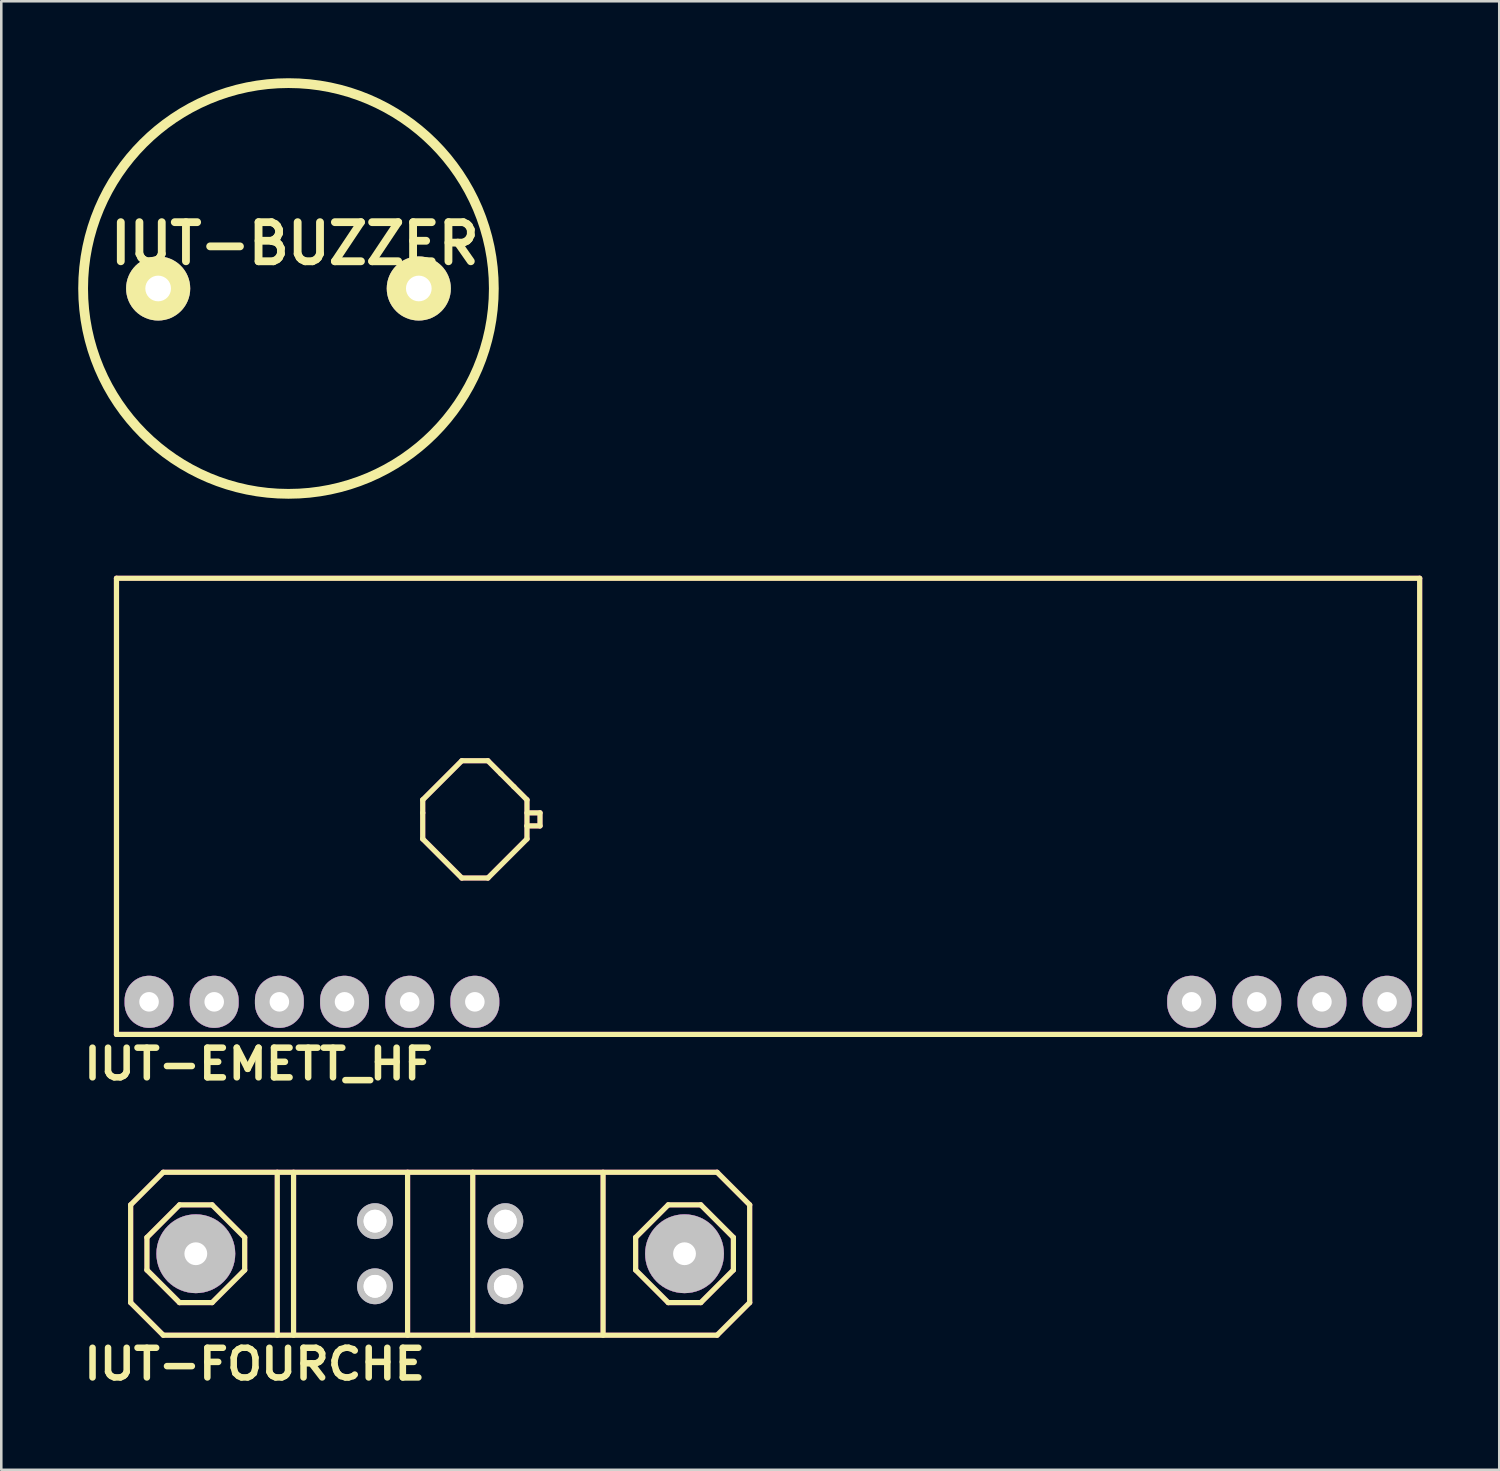
<source format=kicad_pcb>
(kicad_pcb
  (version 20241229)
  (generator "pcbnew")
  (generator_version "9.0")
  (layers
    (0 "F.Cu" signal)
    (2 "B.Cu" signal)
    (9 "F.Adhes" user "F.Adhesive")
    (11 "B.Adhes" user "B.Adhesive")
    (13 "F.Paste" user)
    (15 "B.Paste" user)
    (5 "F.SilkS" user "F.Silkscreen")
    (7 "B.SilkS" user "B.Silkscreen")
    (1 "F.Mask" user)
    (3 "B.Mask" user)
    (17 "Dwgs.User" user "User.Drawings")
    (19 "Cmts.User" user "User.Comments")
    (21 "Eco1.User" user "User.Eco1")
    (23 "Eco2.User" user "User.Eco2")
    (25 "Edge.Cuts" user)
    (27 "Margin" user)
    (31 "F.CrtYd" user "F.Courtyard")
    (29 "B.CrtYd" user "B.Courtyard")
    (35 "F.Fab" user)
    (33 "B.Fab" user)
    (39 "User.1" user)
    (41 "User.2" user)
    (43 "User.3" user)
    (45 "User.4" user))
  (footprint "IUT-EMETT_HF"
    (layer "F.Cu")
    (at 2.76 36.002)
    (property "Reference" "IUT-EMETT_HF" (at 4.267 2.421 0) (layer "F.SilkS") (effects (font (size 1.156 1.27) (thickness 0.254))))
    (attr through_hole)
    (fp_line (start -1.27 -16.51) (end 49.53 -16.51) (stroke (width 0.203) (type solid)) (layer "F.SilkS"))
    (fp_line (start -1.27 1.27) (end -1.27 -16.51) (stroke (width 0.203) (type solid)) (layer "F.SilkS"))
    (fp_line (start 10.668 -7.874) (end 12.192 -9.398) (stroke (width 0.203) (type solid)) (layer "F.SilkS"))
    (fp_line (start 10.668 -7.366) (end 10.668 -7.874) (stroke (width 0.203) (type solid)) (layer "F.SilkS"))
    (fp_line (start 10.668 -6.35) (end 10.668 -7.366) (stroke (width 0.203) (type solid)) (layer "F.SilkS"))
    (fp_line (start 12.192 -9.398) (end 13.208 -9.398) (stroke (width 0.203) (type solid)) (layer "F.SilkS"))
    (fp_line (start 12.192 -4.826) (end 10.668 -6.35) (stroke (width 0.203) (type solid)) (layer "F.SilkS"))
    (fp_line (start 13.208 -9.398) (end 13.716 -8.89) (stroke (width 0.203) (type solid)) (layer "F.SilkS"))
    (fp_line (start 13.208 -4.826) (end 12.192 -4.826) (stroke (width 0.203) (type solid)) (layer "F.SilkS"))
    (fp_line (start 13.716 -8.89) (end 14.224 -8.382) (stroke (width 0.203) (type solid)) (layer "F.SilkS"))
    (fp_line (start 14.224 -8.382) (end 14.732 -7.874) (stroke (width 0.203) (type solid)) (layer "F.SilkS"))
    (fp_line (start 14.732 -7.874) (end 14.732 -6.858) (stroke (width 0.203) (type solid)) (layer "F.SilkS"))
    (fp_line (start 14.732 -7.366) (end 15.24 -7.366) (stroke (width 0.203) (type solid)) (layer "F.SilkS"))
    (fp_line (start 14.732 -6.858) (end 14.732 -6.35) (stroke (width 0.203) (type solid)) (layer "F.SilkS"))
    (fp_line (start 14.732 -6.35) (end 13.208 -4.826) (stroke (width 0.203) (type solid)) (layer "F.SilkS"))
    (fp_line (start 15.24 -7.366) (end 15.24 -6.858) (stroke (width 0.203) (type solid)) (layer "F.SilkS"))
    (fp_line (start 15.24 -6.858) (end 14.732 -6.858) (stroke (width 0.203) (type solid)) (layer "F.SilkS"))
    (fp_line (start 49.53 -16.51) (end 49.53 1.27) (stroke (width 0.203) (type solid)) (layer "F.SilkS"))
    (fp_line (start 49.53 1.27) (end -1.27 1.27) (stroke (width 0.203) (type solid)) (layer "F.SilkS"))
    (fp_line (start -1.27 -16.51) (end 49.53 -16.51) (stroke (width 0.203) (type solid)) (layer "F.Adhes"))
    (fp_line (start -1.27 1.27) (end -1.27 -16.51) (stroke (width 0.203) (type solid)) (layer "F.Adhes"))
    (fp_line (start 10.668 -7.874) (end 12.192 -9.398) (stroke (width 0.203) (type solid)) (layer "F.Adhes"))
    (fp_line (start 10.668 -7.366) (end 10.668 -7.874) (stroke (width 0.203) (type solid)) (layer "F.Adhes"))
    (fp_line (start 10.668 -6.35) (end 10.668 -7.366) (stroke (width 0.203) (type solid)) (layer "F.Adhes"))
    (fp_line (start 12.192 -9.398) (end 13.208 -9.398) (stroke (width 0.203) (type solid)) (layer "F.Adhes"))
    (fp_line (start 12.192 -4.826) (end 10.668 -6.35) (stroke (width 0.203) (type solid)) (layer "F.Adhes"))
    (fp_line (start 13.208 -9.398) (end 13.716 -8.89) (stroke (width 0.203) (type solid)) (layer "F.Adhes"))
    (fp_line (start 13.208 -4.826) (end 12.192 -4.826) (stroke (width 0.203) (type solid)) (layer "F.Adhes"))
    (fp_line (start 13.716 -8.89) (end 14.224 -8.382) (stroke (width 0.203) (type solid)) (layer "F.Adhes"))
    (fp_line (start 14.224 -8.382) (end 14.732 -7.874) (stroke (width 0.203) (type solid)) (layer "F.Adhes"))
    (fp_line (start 14.732 -7.874) (end 14.732 -6.858) (stroke (width 0.203) (type solid)) (layer "F.Adhes"))
    (fp_line (start 14.732 -7.366) (end 15.24 -7.366) (stroke (width 0.203) (type solid)) (layer "F.Adhes"))
    (fp_line (start 14.732 -6.858) (end 14.732 -6.35) (stroke (width 0.203) (type solid)) (layer "F.Adhes"))
    (fp_line (start 14.732 -6.35) (end 13.208 -4.826) (stroke (width 0.203) (type solid)) (layer "F.Adhes"))
    (fp_line (start 15.24 -7.366) (end 15.24 -6.858) (stroke (width 0.203) (type solid)) (layer "F.Adhes"))
    (fp_line (start 15.24 -6.858) (end 14.732 -6.858) (stroke (width 0.203) (type solid)) (layer "F.Adhes"))
    (fp_line (start 49.53 -16.51) (end 49.53 1.27) (stroke (width 0.203) (type solid)) (layer "F.Adhes"))
    (fp_line (start 49.53 1.27) (end -1.27 1.27) (stroke (width 0.203) (type solid)) (layer "F.Adhes"))
    (pad "1" thru_hole oval (at 0 0 90) (size 2.032 1.905) (drill 0.762) (layers "*.Cu" "*.Adhes" "*.Mask" "Dwgs.User" "Eco1.User" "Eco2.User"))
    (pad "2" thru_hole oval (at 2.54 0 90) (size 2.032 1.905) (drill 0.762) (layers "*.Cu" "*.Adhes" "*.Mask" "Dwgs.User" "Eco1.User" "Eco2.User"))
    (pad "3" thru_hole oval (at 5.08 0 90) (size 2.032 1.905) (drill 0.762) (layers "*.Cu" "*.Adhes" "*.Mask" "Dwgs.User" "Eco1.User" "Eco2.User"))
    (pad "4" thru_hole oval (at 7.62 0 90) (size 2.032 1.905) (drill 0.762) (layers "*.Cu" "*.Adhes" "*.Mask" "Dwgs.User" "Eco1.User" "Eco2.User"))
    (pad "5" thru_hole oval (at 10.16 0 90) (size 2.032 1.905) (drill 0.762) (layers "*.Cu" "*.Adhes" "*.Mask" "Dwgs.User" "Eco1.User" "Eco2.User"))
    (pad "6" thru_hole oval (at 12.7 0 90) (size 2.032 1.905) (drill 0.762) (layers "*.Cu" "*.Adhes" "*.Mask" "Dwgs.User" "Eco1.User" "Eco2.User"))
    (pad "17" thru_hole oval (at 40.64 0 90) (size 2.032 1.905) (drill 0.762) (layers "*.Cu" "*.Adhes" "*.Mask" "Dwgs.User" "Eco1.User" "Eco2.User"))
    (pad "18" thru_hole oval (at 43.18 0 90) (size 2.032 1.905) (drill 0.762) (layers "*.Cu" "*.Adhes" "*.Mask" "Dwgs.User" "Eco1.User" "Eco2.User"))
    (pad "19" thru_hole oval (at 45.72 0 90) (size 2.032 1.905) (drill 0.762) (layers "*.Cu" "*.Adhes" "*.Mask" "Dwgs.User" "Eco1.User" "Eco2.User"))
    (pad "20" thru_hole oval (at 48.26 0 90) (size 2.032 1.905) (drill 0.762) (layers "*.Cu" "*.Adhes" "*.Mask" "Dwgs.User" "Eco1.User" "Eco2.User")))
  (footprint "IUT-FOURCHE"
    (layer "F.Cu")
    (at 11.568 47.091)
    (property "Reference" "IUT-FOURCHE" (at -4.691 3.03 0) (layer "F.SilkS") (effects (font (size 1.156 1.27) (thickness 0.254))))
    (attr through_hole)
    (fp_line (start -9.525 -3.175) (end -9.525 0.635) (stroke (width 0.203) (type solid)) (layer "F.SilkS"))
    (fp_line (start -9.525 0.635) (end -8.255 1.905) (stroke (width 0.203) (type solid)) (layer "F.SilkS"))
    (fp_line (start -8.89 -1.905) (end -7.62 -3.175) (stroke (width 0.203) (type solid)) (layer "F.SilkS"))
    (fp_line (start -8.89 -0.635) (end -8.89 -1.905) (stroke (width 0.203) (type solid)) (layer "F.SilkS"))
    (fp_line (start -8.255 -4.445) (end -9.525 -3.175) (stroke (width 0.203) (type solid)) (layer "F.SilkS"))
    (fp_line (start -8.255 1.905) (end 13.335 1.905) (stroke (width 0.203) (type solid)) (layer "F.SilkS"))
    (fp_line (start -7.62 -3.175) (end -6.35 -3.175) (stroke (width 0.203) (type solid)) (layer "F.SilkS"))
    (fp_line (start -7.62 0.635) (end -8.89 -0.635) (stroke (width 0.203) (type solid)) (layer "F.SilkS"))
    (fp_line (start -6.35 -3.175) (end -5.08 -1.905) (stroke (width 0.203) (type solid)) (layer "F.SilkS"))
    (fp_line (start -6.35 0.635) (end -7.62 0.635) (stroke (width 0.203) (type solid)) (layer "F.SilkS"))
    (fp_line (start -5.08 -1.905) (end -5.08 -0.635) (stroke (width 0.203) (type solid)) (layer "F.SilkS"))
    (fp_line (start -5.08 -0.635) (end -6.35 0.635) (stroke (width 0.203) (type solid)) (layer "F.SilkS"))
    (fp_line (start -3.81 -4.445) (end -3.81 1.905) (stroke (width 0.203) (type solid)) (layer "F.SilkS"))
    (fp_line (start -3.175 -4.445) (end -3.175 1.905) (stroke (width 0.203) (type solid)) (layer "F.SilkS"))
    (fp_line (start 1.27 -4.445) (end 1.27 1.905) (stroke (width 0.203) (type solid)) (layer "F.SilkS"))
    (fp_line (start 3.81 -4.445) (end 3.81 1.905) (stroke (width 0.203) (type solid)) (layer "F.SilkS"))
    (fp_line (start 8.89 -4.445) (end 8.89 1.905) (stroke (width 0.203) (type solid)) (layer "F.SilkS"))
    (fp_line (start 10.16 -1.905) (end 11.43 -3.175) (stroke (width 0.203) (type solid)) (layer "F.SilkS"))
    (fp_line (start 10.16 -0.635) (end 10.16 -1.905) (stroke (width 0.203) (type solid)) (layer "F.SilkS"))
    (fp_line (start 11.43 -3.175) (end 12.7 -3.175) (stroke (width 0.203) (type solid)) (layer "F.SilkS"))
    (fp_line (start 11.43 0.635) (end 10.16 -0.635) (stroke (width 0.203) (type solid)) (layer "F.SilkS"))
    (fp_line (start 12.7 -3.175) (end 13.97 -1.905) (stroke (width 0.203) (type solid)) (layer "F.SilkS"))
    (fp_line (start 12.7 0.635) (end 11.43 0.635) (stroke (width 0.203) (type solid)) (layer "F.SilkS"))
    (fp_line (start 13.335 -4.445) (end -8.255 -4.445) (stroke (width 0.203) (type solid)) (layer "F.SilkS"))
    (fp_line (start 13.335 1.905) (end 14.605 0.635) (stroke (width 0.203) (type solid)) (layer "F.SilkS"))
    (fp_line (start 13.97 -1.905) (end 13.97 -0.635) (stroke (width 0.203) (type solid)) (layer "F.SilkS"))
    (fp_line (start 13.97 -0.635) (end 12.7 0.635) (stroke (width 0.203) (type solid)) (layer "F.SilkS"))
    (fp_line (start 14.605 -3.175) (end 13.335 -4.445) (stroke (width 0.203) (type solid)) (layer "F.SilkS"))
    (fp_line (start 14.605 0.635) (end 14.605 -3.175) (stroke (width 0.203) (type solid)) (layer "F.SilkS"))
    (fp_line (start -9.525 -3.175) (end -9.525 0.635) (stroke (width 0.203) (type solid)) (layer "F.Adhes"))
    (fp_line (start -9.525 0.635) (end -8.255 1.905) (stroke (width 0.203) (type solid)) (layer "F.Adhes"))
    (fp_line (start -8.89 -1.905) (end -7.62 -3.175) (stroke (width 0.203) (type solid)) (layer "F.Adhes"))
    (fp_line (start -8.89 -0.635) (end -8.89 -1.905) (stroke (width 0.203) (type solid)) (layer "F.Adhes"))
    (fp_line (start -8.255 -4.445) (end -9.525 -3.175) (stroke (width 0.203) (type solid)) (layer "F.Adhes"))
    (fp_line (start -8.255 1.905) (end 13.335 1.905) (stroke (width 0.203) (type solid)) (layer "F.Adhes"))
    (fp_line (start -7.62 -3.175) (end -6.35 -3.175) (stroke (width 0.203) (type solid)) (layer "F.Adhes"))
    (fp_line (start -7.62 0.635) (end -8.89 -0.635) (stroke (width 0.203) (type solid)) (layer "F.Adhes"))
    (fp_line (start -6.35 -3.175) (end -5.08 -1.905) (stroke (width 0.203) (type solid)) (layer "F.Adhes"))
    (fp_line (start -6.35 0.635) (end -7.62 0.635) (stroke (width 0.203) (type solid)) (layer "F.Adhes"))
    (fp_line (start -5.08 -1.905) (end -5.08 -0.635) (stroke (width 0.203) (type solid)) (layer "F.Adhes"))
    (fp_line (start -5.08 -0.635) (end -6.35 0.635) (stroke (width 0.203) (type solid)) (layer "F.Adhes"))
    (fp_line (start -3.81 -4.445) (end -3.81 1.905) (stroke (width 0.203) (type solid)) (layer "F.Adhes"))
    (fp_line (start -3.175 -4.445) (end -3.175 1.905) (stroke (width 0.203) (type solid)) (layer "F.Adhes"))
    (fp_line (start 1.27 -4.445) (end 1.27 1.905) (stroke (width 0.203) (type solid)) (layer "F.Adhes"))
    (fp_line (start 3.81 -4.445) (end 3.81 1.905) (stroke (width 0.203) (type solid)) (layer "F.Adhes"))
    (fp_line (start 8.89 -4.445) (end 8.89 1.905) (stroke (width 0.203) (type solid)) (layer "F.Adhes"))
    (fp_line (start 10.16 -1.905) (end 11.43 -3.175) (stroke (width 0.203) (type solid)) (layer "F.Adhes"))
    (fp_line (start 10.16 -0.635) (end 10.16 -1.905) (stroke (width 0.203) (type solid)) (layer "F.Adhes"))
    (fp_line (start 11.43 -3.175) (end 12.7 -3.175) (stroke (width 0.203) (type solid)) (layer "F.Adhes"))
    (fp_line (start 11.43 0.635) (end 10.16 -0.635) (stroke (width 0.203) (type solid)) (layer "F.Adhes"))
    (fp_line (start 12.7 -3.175) (end 13.97 -1.905) (stroke (width 0.203) (type solid)) (layer "F.Adhes"))
    (fp_line (start 12.7 0.635) (end 11.43 0.635) (stroke (width 0.203) (type solid)) (layer "F.Adhes"))
    (fp_line (start 13.335 -4.445) (end -8.255 -4.445) (stroke (width 0.203) (type solid)) (layer "F.Adhes"))
    (fp_line (start 13.335 1.905) (end 14.605 0.635) (stroke (width 0.203) (type solid)) (layer "F.Adhes"))
    (fp_line (start 13.97 -1.905) (end 13.97 -0.635) (stroke (width 0.203) (type solid)) (layer "F.Adhes"))
    (fp_line (start 13.97 -0.635) (end 12.7 0.635) (stroke (width 0.203) (type solid)) (layer "F.Adhes"))
    (fp_line (start 14.605 -3.175) (end 13.335 -4.445) (stroke (width 0.203) (type solid)) (layer "F.Adhes"))
    (fp_line (start 14.605 0.635) (end 14.605 -3.175) (stroke (width 0.203) (type solid)) (layer "F.Adhes"))
    (pad "1" thru_hole circle (at 0 -2.54) (size 1.397 1.397) (drill 0.889) (layers "B.Cu" "B.Mask" "B.Adhes" "Dwgs.User" "Eco1.User"))
    (pad "2" thru_hole circle (at 0 0) (size 1.397 1.397) (drill 0.889) (layers "B.Cu" "B.Mask" "B.Adhes" "Dwgs.User" "Eco1.User"))
    (pad "4" thru_hole circle (at 5.08 -2.54) (size 1.397 1.397) (drill 0.889) (layers "B.Cu" "B.Mask" "B.Adhes" "Dwgs.User" "Eco1.User"))
    (pad "5" thru_hole circle (at 5.08 0) (size 1.397 1.397) (drill 0.889) (layers "B.Cu" "B.Mask" "B.Adhes" "Dwgs.User" "Eco1.User"))
    (pad "7" thru_hole circle (at 0 -2.54) (size 0.94 0.94) (drill 0.889) (layers "F.Cu" "F.Mask" "F.Adhes" "Dwgs.User" "Eco1.User"))
    (pad "8" thru_hole circle (at 0 0) (size 0.94 0.94) (drill 0.889) (layers "F.Cu" "F.Mask" "F.Adhes" "Dwgs.User" "Eco1.User"))
    (pad "9" thru_hole circle (at 5.08 -2.54) (size 0.94 0.94) (drill 0.889) (layers "F.Cu" "F.Mask" "F.Adhes" "Dwgs.User" "Eco1.User"))
    (pad "10" thru_hole circle (at 5.08 0) (size 0.94 0.94) (drill 0.889) (layers "F.Cu" "F.Mask" "F.Adhes" "Dwgs.User" "Eco1.User"))
    (pad "11" thru_hole circle (at -6.985 -1.27) (size 3.073 3.073) (drill 0.889) (layers "*.Cu" "*.Adhes" "*.Mask" "Dwgs.User" "Eco1.User" "Eco2.User"))
    (pad "12" thru_hole circle (at 12.065 -1.27) (size 3.073 3.073) (drill 0.889) (layers "*.Cu" "*.Adhes" "*.Mask" "Dwgs.User" "Eco1.User" "Eco2.User")))
  (footprint "IUT-BUZZER"
    (layer "F.Cu")
    (at 8.195 8.195)
    (property "Reference" "IUT-BUZZER" (at 0.249 -1.75 0) (layer "F.SilkS") (effects (font (size 1.524 1.524) (thickness 0.305))))
    (attr through_hole)
    (fp_circle (center 0 0) (end 8.001 0.249) (stroke (width 0.381) (type solid)) (fill no) (layer "F.SilkS"))
    (pad "1" thru_hole circle (at -5.08 0) (size 2.499 2.499) (drill 1.001) (layers "*.Cu" "*.Mask" "F.SilkS"))
    (pad "2" thru_hole circle (at 5.08 0) (size 2.499 2.499) (drill 1.001) (layers "*.Cu" "*.Mask" "F.SilkS")))
  (gr_rect
    (start -3 -3)
    (end 55.392 54.243)
    (stroke (width 0.1) (type default))
    (fill no)
    (layer "Edge.Cuts")))
</source>
